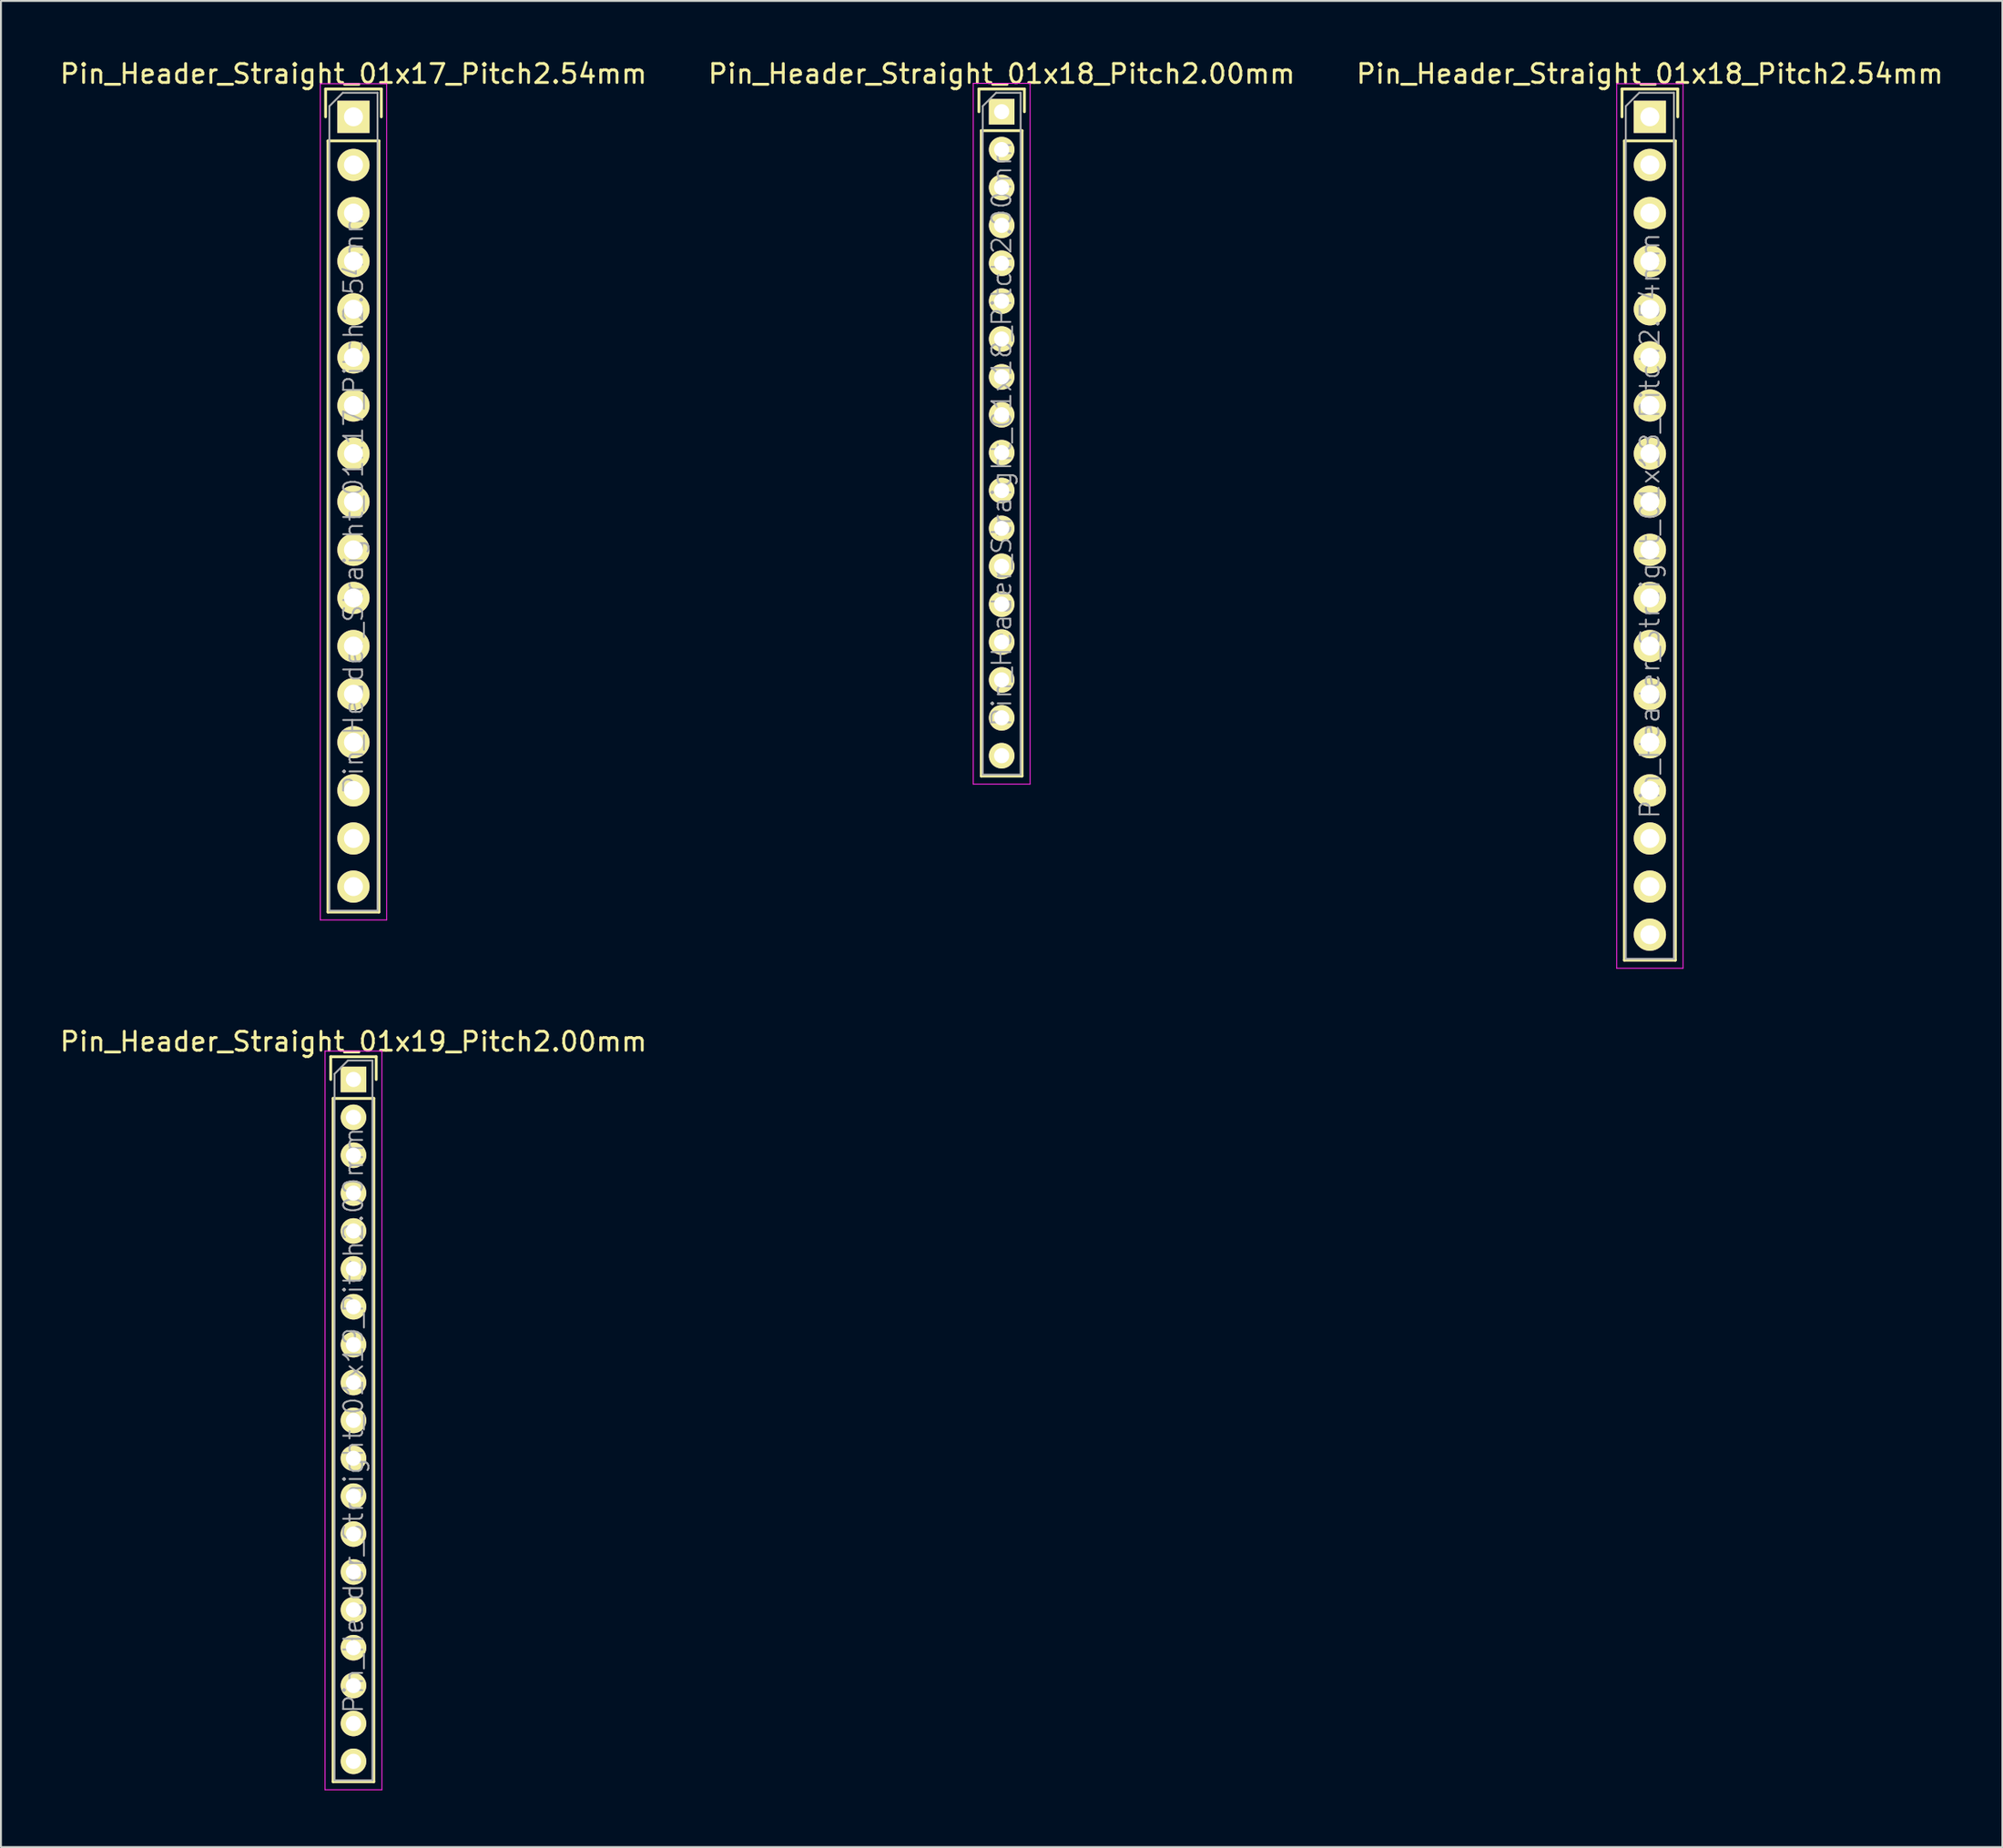
<source format=kicad_pcb>
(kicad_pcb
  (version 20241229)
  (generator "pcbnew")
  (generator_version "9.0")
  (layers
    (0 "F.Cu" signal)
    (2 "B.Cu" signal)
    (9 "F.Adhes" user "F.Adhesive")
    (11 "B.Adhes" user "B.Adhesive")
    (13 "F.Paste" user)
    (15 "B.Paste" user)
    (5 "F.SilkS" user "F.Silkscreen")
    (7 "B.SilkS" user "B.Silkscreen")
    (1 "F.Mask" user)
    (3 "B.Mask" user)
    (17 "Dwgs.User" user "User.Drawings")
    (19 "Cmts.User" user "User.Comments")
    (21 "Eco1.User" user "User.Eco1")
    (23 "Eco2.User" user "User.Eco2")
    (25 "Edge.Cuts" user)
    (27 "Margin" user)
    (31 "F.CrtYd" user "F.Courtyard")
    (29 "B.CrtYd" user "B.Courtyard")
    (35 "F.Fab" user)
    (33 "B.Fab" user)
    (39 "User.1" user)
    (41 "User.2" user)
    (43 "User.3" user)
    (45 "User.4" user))
  (footprint "Pin_Header_Straight_01x17_Pitch2.54mm"
    (layer "F.Cu")
    (at 15.601 3.118)
    (property "Reference" "Pin_Header_Straight_01x17_Pitch2.54mm" (at 0 -2.27 0) (layer "F.SilkS") (effects (font (size 1 1) (thickness 0.15))))
    (attr smd)
    (fp_line (start -1.47 -1.47) (end -1.47 0) (stroke (width 0.15) (type solid)) (layer "F.SilkS"))
    (fp_line (start -1.47 -1.47) (end 1.47 -1.47) (stroke (width 0.15) (type solid)) (layer "F.SilkS"))
    (fp_line (start -1.345 1.27) (end -1.345 41.985) (stroke (width 0.15) (type solid)) (layer "F.SilkS"))
    (fp_line (start -1.345 1.27) (end 1.345 1.27) (stroke (width 0.15) (type solid)) (layer "F.SilkS"))
    (fp_line (start -1.345 41.985) (end 1.345 41.985) (stroke (width 0.15) (type solid)) (layer "F.SilkS"))
    (fp_line (start 1.345 1.27) (end 1.345 41.985) (stroke (width 0.15) (type solid)) (layer "F.SilkS"))
    (fp_line (start 1.47 -1.47) (end 1.47 0) (stroke (width 0.15) (type solid)) (layer "F.SilkS"))
    (fp_line (start -1.75 -1.75) (end -1.75 42.4) (stroke (width 0.05) (type solid)) (layer "F.CrtYd"))
    (fp_line (start 1.75 -1.75) (end -1.75 -1.75) (stroke (width 0.05) (type solid)) (layer "F.CrtYd"))
    (fp_line (start 1.75 -1.75) (end 1.75 42.4) (stroke (width 0.05) (type solid)) (layer "F.CrtYd"))
    (fp_line (start 1.75 42.4) (end -1.75 42.4) (stroke (width 0.05) (type solid)) (layer "F.CrtYd"))
    (fp_line (start -1.27 -0.563) (end -0.563 -1.27) (stroke (width 0.1) (type solid)) (layer "F.Fab"))
    (fp_line (start -1.27 41.91) (end -1.27 -0.563) (stroke (width 0.1) (type solid)) (layer "F.Fab"))
    (fp_line (start 1.27 -1.27) (end -0.563 -1.27) (stroke (width 0.1) (type solid)) (layer "F.Fab"))
    (fp_line (start 1.27 41.91) (end -1.27 41.91) (stroke (width 0.1) (type solid)) (layer "F.Fab"))
    (fp_line (start 1.27 41.91) (end 1.27 -1.27) (stroke (width 0.1) (type solid)) (layer "F.Fab"))
    (fp_text user "${REFERENCE}" (at 0 20.32 90) (layer "F.Fab") (effects (font (size 1 1) (thickness 0.1))))
    (pad "1" thru_hole rect (at 0 0) (size 1.7 1.7) (drill 1) (layers "*.Cu" "*.Mask" "F.SilkS"))
    (pad "2" thru_hole oval (at 0 2.54) (size 1.7 1.7) (drill 1) (layers "*.Cu" "*.Mask" "F.SilkS"))
    (pad "3" thru_hole oval (at 0 5.08) (size 1.7 1.7) (drill 1) (layers "*.Cu" "*.Mask" "F.SilkS"))
    (pad "4" thru_hole oval (at 0 7.62) (size 1.7 1.7) (drill 1) (layers "*.Cu" "*.Mask" "F.SilkS"))
    (pad "5" thru_hole oval (at 0 10.16) (size 1.7 1.7) (drill 1) (layers "*.Cu" "*.Mask" "F.SilkS"))
    (pad "6" thru_hole oval (at 0 12.7) (size 1.7 1.7) (drill 1) (layers "*.Cu" "*.Mask" "F.SilkS"))
    (pad "7" thru_hole oval (at 0 15.24) (size 1.7 1.7) (drill 1) (layers "*.Cu" "*.Mask" "F.SilkS"))
    (pad "8" thru_hole oval (at 0 17.78) (size 1.7 1.7) (drill 1) (layers "*.Cu" "*.Mask" "F.SilkS"))
    (pad "9" thru_hole oval (at 0 20.32) (size 1.7 1.7) (drill 1) (layers "*.Cu" "*.Mask" "F.SilkS"))
    (pad "10" thru_hole oval (at 0 22.86) (size 1.7 1.7) (drill 1) (layers "*.Cu" "*.Mask" "F.SilkS"))
    (pad "11" thru_hole oval (at 0 25.4) (size 1.7 1.7) (drill 1) (layers "*.Cu" "*.Mask" "F.SilkS"))
    (pad "12" thru_hole oval (at 0 27.94) (size 1.7 1.7) (drill 1) (layers "*.Cu" "*.Mask" "F.SilkS"))
    (pad "13" thru_hole oval (at 0 30.48) (size 1.7 1.7) (drill 1) (layers "*.Cu" "*.Mask" "F.SilkS"))
    (pad "14" thru_hole oval (at 0 33.02) (size 1.7 1.7) (drill 1) (layers "*.Cu" "*.Mask" "F.SilkS"))
    (pad "15" thru_hole oval (at 0 35.56) (size 1.7 1.7) (drill 1) (layers "*.Cu" "*.Mask" "F.SilkS"))
    (pad "16" thru_hole oval (at 0 38.1) (size 1.7 1.7) (drill 1) (layers "*.Cu" "*.Mask" "F.SilkS"))
    (pad "17" thru_hole oval (at 0 40.64) (size 1.7 1.7) (drill 1) (layers "*.Cu" "*.Mask" "F.SilkS")))
  (footprint "Pin_Header_Straight_01x18_Pitch2.00mm"
    (layer "F.Cu")
    (at 49.804 2.848)
    (property "Reference" "Pin_Header_Straight_01x18_Pitch2.00mm" (at 0 -2 0) (layer "F.SilkS") (effects (font (size 1 1) (thickness 0.15))))
    (attr smd)
    (fp_line (start -1.2 -1.2) (end -1.2 0) (stroke (width 0.15) (type solid)) (layer "F.SilkS"))
    (fp_line (start -1.2 -1.2) (end 1.2 -1.2) (stroke (width 0.15) (type solid)) (layer "F.SilkS"))
    (fp_line (start -1.075 1) (end -1.075 35.075) (stroke (width 0.15) (type solid)) (layer "F.SilkS"))
    (fp_line (start -1.075 1) (end 1.075 1) (stroke (width 0.15) (type solid)) (layer "F.SilkS"))
    (fp_line (start -1.075 35.075) (end 1.075 35.075) (stroke (width 0.15) (type solid)) (layer "F.SilkS"))
    (fp_line (start 1.075 1) (end 1.075 35.075) (stroke (width 0.15) (type solid)) (layer "F.SilkS"))
    (fp_line (start 1.2 -1.2) (end 1.2 0) (stroke (width 0.15) (type solid)) (layer "F.SilkS"))
    (fp_line (start -1.5 -1.5) (end -1.5 35.5) (stroke (width 0.05) (type solid)) (layer "F.CrtYd"))
    (fp_line (start 1.5 -1.5) (end -1.5 -1.5) (stroke (width 0.05) (type solid)) (layer "F.CrtYd"))
    (fp_line (start 1.5 -1.5) (end 1.5 35.5) (stroke (width 0.05) (type solid)) (layer "F.CrtYd"))
    (fp_line (start 1.5 35.5) (end -1.5 35.5) (stroke (width 0.05) (type solid)) (layer "F.CrtYd"))
    (fp_line (start -1 -0.293) (end -0.293 -1) (stroke (width 0.1) (type solid)) (layer "F.Fab"))
    (fp_line (start -1 35) (end -1 -0.293) (stroke (width 0.1) (type solid)) (layer "F.Fab"))
    (fp_line (start 1 -1) (end -0.293 -1) (stroke (width 0.1) (type solid)) (layer "F.Fab"))
    (fp_line (start 1 35) (end -1 35) (stroke (width 0.1) (type solid)) (layer "F.Fab"))
    (fp_line (start 1 35) (end 1 -1) (stroke (width 0.1) (type solid)) (layer "F.Fab"))
    (fp_text user "${REFERENCE}" (at 0 17 90) (layer "F.Fab") (effects (font (size 1 1) (thickness 0.1))))
    (pad "1" thru_hole rect (at 0 0) (size 1.35 1.35) (drill 0.8) (layers "*.Cu" "*.Mask" "F.SilkS"))
    (pad "2" thru_hole oval (at 0 2) (size 1.35 1.35) (drill 0.8) (layers "*.Cu" "*.Mask" "F.SilkS"))
    (pad "3" thru_hole oval (at 0 4) (size 1.35 1.35) (drill 0.8) (layers "*.Cu" "*.Mask" "F.SilkS"))
    (pad "4" thru_hole oval (at 0 6) (size 1.35 1.35) (drill 0.8) (layers "*.Cu" "*.Mask" "F.SilkS"))
    (pad "5" thru_hole oval (at 0 8) (size 1.35 1.35) (drill 0.8) (layers "*.Cu" "*.Mask" "F.SilkS"))
    (pad "6" thru_hole oval (at 0 10) (size 1.35 1.35) (drill 0.8) (layers "*.Cu" "*.Mask" "F.SilkS"))
    (pad "7" thru_hole oval (at 0 12) (size 1.35 1.35) (drill 0.8) (layers "*.Cu" "*.Mask" "F.SilkS"))
    (pad "8" thru_hole oval (at 0 14) (size 1.35 1.35) (drill 0.8) (layers "*.Cu" "*.Mask" "F.SilkS"))
    (pad "9" thru_hole oval (at 0 16) (size 1.35 1.35) (drill 0.8) (layers "*.Cu" "*.Mask" "F.SilkS"))
    (pad "10" thru_hole oval (at 0 18) (size 1.35 1.35) (drill 0.8) (layers "*.Cu" "*.Mask" "F.SilkS"))
    (pad "11" thru_hole oval (at 0 20) (size 1.35 1.35) (drill 0.8) (layers "*.Cu" "*.Mask" "F.SilkS"))
    (pad "12" thru_hole oval (at 0 22) (size 1.35 1.35) (drill 0.8) (layers "*.Cu" "*.Mask" "F.SilkS"))
    (pad "13" thru_hole oval (at 0 24) (size 1.35 1.35) (drill 0.8) (layers "*.Cu" "*.Mask" "F.SilkS"))
    (pad "14" thru_hole oval (at 0 26) (size 1.35 1.35) (drill 0.8) (layers "*.Cu" "*.Mask" "F.SilkS"))
    (pad "15" thru_hole oval (at 0 28) (size 1.35 1.35) (drill 0.8) (layers "*.Cu" "*.Mask" "F.SilkS"))
    (pad "16" thru_hole oval (at 0 30) (size 1.35 1.35) (drill 0.8) (layers "*.Cu" "*.Mask" "F.SilkS"))
    (pad "17" thru_hole oval (at 0 32) (size 1.35 1.35) (drill 0.8) (layers "*.Cu" "*.Mask" "F.SilkS"))
    (pad "18" thru_hole oval (at 0 34) (size 1.35 1.35) (drill 0.8) (layers "*.Cu" "*.Mask" "F.SilkS")))
  (footprint "Pin_Header_Straight_01x19_Pitch2.00mm"
    (layer "F.Cu")
    (at 15.601 53.941)
    (property "Reference" "Pin_Header_Straight_01x19_Pitch2.00mm" (at 0 -2 0) (layer "F.SilkS") (effects (font (size 1 1) (thickness 0.15))))
    (attr smd)
    (fp_line (start -1.2 -1.2) (end -1.2 0) (stroke (width 0.15) (type solid)) (layer "F.SilkS"))
    (fp_line (start -1.2 -1.2) (end 1.2 -1.2) (stroke (width 0.15) (type solid)) (layer "F.SilkS"))
    (fp_line (start -1.075 1) (end -1.075 37.075) (stroke (width 0.15) (type solid)) (layer "F.SilkS"))
    (fp_line (start -1.075 1) (end 1.075 1) (stroke (width 0.15) (type solid)) (layer "F.SilkS"))
    (fp_line (start -1.075 37.075) (end 1.075 37.075) (stroke (width 0.15) (type solid)) (layer "F.SilkS"))
    (fp_line (start 1.075 1) (end 1.075 37.075) (stroke (width 0.15) (type solid)) (layer "F.SilkS"))
    (fp_line (start 1.2 -1.2) (end 1.2 0) (stroke (width 0.15) (type solid)) (layer "F.SilkS"))
    (fp_line (start -1.5 -1.5) (end -1.5 37.5) (stroke (width 0.05) (type solid)) (layer "F.CrtYd"))
    (fp_line (start 1.5 -1.5) (end -1.5 -1.5) (stroke (width 0.05) (type solid)) (layer "F.CrtYd"))
    (fp_line (start 1.5 -1.5) (end 1.5 37.5) (stroke (width 0.05) (type solid)) (layer "F.CrtYd"))
    (fp_line (start 1.5 37.5) (end -1.5 37.5) (stroke (width 0.05) (type solid)) (layer "F.CrtYd"))
    (fp_line (start -1 -0.293) (end -0.293 -1) (stroke (width 0.1) (type solid)) (layer "F.Fab"))
    (fp_line (start -1 37) (end -1 -0.293) (stroke (width 0.1) (type solid)) (layer "F.Fab"))
    (fp_line (start 1 -1) (end -0.293 -1) (stroke (width 0.1) (type solid)) (layer "F.Fab"))
    (fp_line (start 1 37) (end -1 37) (stroke (width 0.1) (type solid)) (layer "F.Fab"))
    (fp_line (start 1 37) (end 1 -1) (stroke (width 0.1) (type solid)) (layer "F.Fab"))
    (fp_text user "${REFERENCE}" (at 0 18 90) (layer "F.Fab") (effects (font (size 1 1) (thickness 0.1))))
    (pad "1" thru_hole rect (at 0 0) (size 1.35 1.35) (drill 0.8) (layers "*.Cu" "*.Mask" "F.SilkS"))
    (pad "2" thru_hole oval (at 0 2) (size 1.35 1.35) (drill 0.8) (layers "*.Cu" "*.Mask" "F.SilkS"))
    (pad "3" thru_hole oval (at 0 4) (size 1.35 1.35) (drill 0.8) (layers "*.Cu" "*.Mask" "F.SilkS"))
    (pad "4" thru_hole oval (at 0 6) (size 1.35 1.35) (drill 0.8) (layers "*.Cu" "*.Mask" "F.SilkS"))
    (pad "5" thru_hole oval (at 0 8) (size 1.35 1.35) (drill 0.8) (layers "*.Cu" "*.Mask" "F.SilkS"))
    (pad "6" thru_hole oval (at 0 10) (size 1.35 1.35) (drill 0.8) (layers "*.Cu" "*.Mask" "F.SilkS"))
    (pad "7" thru_hole oval (at 0 12) (size 1.35 1.35) (drill 0.8) (layers "*.Cu" "*.Mask" "F.SilkS"))
    (pad "8" thru_hole oval (at 0 14) (size 1.35 1.35) (drill 0.8) (layers "*.Cu" "*.Mask" "F.SilkS"))
    (pad "9" thru_hole oval (at 0 16) (size 1.35 1.35) (drill 0.8) (layers "*.Cu" "*.Mask" "F.SilkS"))
    (pad "10" thru_hole oval (at 0 18) (size 1.35 1.35) (drill 0.8) (layers "*.Cu" "*.Mask" "F.SilkS"))
    (pad "11" thru_hole oval (at 0 20) (size 1.35 1.35) (drill 0.8) (layers "*.Cu" "*.Mask" "F.SilkS"))
    (pad "12" thru_hole oval (at 0 22) (size 1.35 1.35) (drill 0.8) (layers "*.Cu" "*.Mask" "F.SilkS"))
    (pad "13" thru_hole oval (at 0 24) (size 1.35 1.35) (drill 0.8) (layers "*.Cu" "*.Mask" "F.SilkS"))
    (pad "14" thru_hole oval (at 0 26) (size 1.35 1.35) (drill 0.8) (layers "*.Cu" "*.Mask" "F.SilkS"))
    (pad "15" thru_hole oval (at 0 28) (size 1.35 1.35) (drill 0.8) (layers "*.Cu" "*.Mask" "F.SilkS"))
    (pad "16" thru_hole oval (at 0 30) (size 1.35 1.35) (drill 0.8) (layers "*.Cu" "*.Mask" "F.SilkS"))
    (pad "17" thru_hole oval (at 0 32) (size 1.35 1.35) (drill 0.8) (layers "*.Cu" "*.Mask" "F.SilkS"))
    (pad "18" thru_hole oval (at 0 34) (size 1.35 1.35) (drill 0.8) (layers "*.Cu" "*.Mask" "F.SilkS"))
    (pad "19" thru_hole oval (at 0 36) (size 1.35 1.35) (drill 0.8) (layers "*.Cu" "*.Mask" "F.SilkS")))
  (footprint "Pin_Header_Straight_01x18_Pitch2.54mm"
    (layer "F.Cu")
    (at 84.006 3.118)
    (property "Reference" "Pin_Header_Straight_01x18_Pitch2.54mm" (at 0 -2.27 0) (layer "F.SilkS") (effects (font (size 1 1) (thickness 0.15))))
    (attr smd)
    (fp_line (start -1.47 -1.47) (end -1.47 0) (stroke (width 0.15) (type solid)) (layer "F.SilkS"))
    (fp_line (start -1.47 -1.47) (end 1.47 -1.47) (stroke (width 0.15) (type solid)) (layer "F.SilkS"))
    (fp_line (start -1.345 1.27) (end -1.345 44.525) (stroke (width 0.15) (type solid)) (layer "F.SilkS"))
    (fp_line (start -1.345 1.27) (end 1.345 1.27) (stroke (width 0.15) (type solid)) (layer "F.SilkS"))
    (fp_line (start -1.345 44.525) (end 1.345 44.525) (stroke (width 0.15) (type solid)) (layer "F.SilkS"))
    (fp_line (start 1.345 1.27) (end 1.345 44.525) (stroke (width 0.15) (type solid)) (layer "F.SilkS"))
    (fp_line (start 1.47 -1.47) (end 1.47 0) (stroke (width 0.15) (type solid)) (layer "F.SilkS"))
    (fp_line (start -1.75 -1.75) (end -1.75 44.95) (stroke (width 0.05) (type solid)) (layer "F.CrtYd"))
    (fp_line (start 1.75 -1.75) (end -1.75 -1.75) (stroke (width 0.05) (type solid)) (layer "F.CrtYd"))
    (fp_line (start 1.75 -1.75) (end 1.75 44.95) (stroke (width 0.05) (type solid)) (layer "F.CrtYd"))
    (fp_line (start 1.75 44.95) (end -1.75 44.95) (stroke (width 0.05) (type solid)) (layer "F.CrtYd"))
    (fp_line (start -1.27 -0.563) (end -0.563 -1.27) (stroke (width 0.1) (type solid)) (layer "F.Fab"))
    (fp_line (start -1.27 44.45) (end -1.27 -0.563) (stroke (width 0.1) (type solid)) (layer "F.Fab"))
    (fp_line (start 1.27 -1.27) (end -0.563 -1.27) (stroke (width 0.1) (type solid)) (layer "F.Fab"))
    (fp_line (start 1.27 44.45) (end -1.27 44.45) (stroke (width 0.1) (type solid)) (layer "F.Fab"))
    (fp_line (start 1.27 44.45) (end 1.27 -1.27) (stroke (width 0.1) (type solid)) (layer "F.Fab"))
    (fp_text user "${REFERENCE}" (at 0 21.59 90) (layer "F.Fab") (effects (font (size 1 1) (thickness 0.1))))
    (pad "1" thru_hole rect (at 0 0) (size 1.7 1.7) (drill 1) (layers "*.Cu" "*.Mask" "F.SilkS"))
    (pad "2" thru_hole oval (at 0 2.54) (size 1.7 1.7) (drill 1) (layers "*.Cu" "*.Mask" "F.SilkS"))
    (pad "3" thru_hole oval (at 0 5.08) (size 1.7 1.7) (drill 1) (layers "*.Cu" "*.Mask" "F.SilkS"))
    (pad "4" thru_hole oval (at 0 7.62) (size 1.7 1.7) (drill 1) (layers "*.Cu" "*.Mask" "F.SilkS"))
    (pad "5" thru_hole oval (at 0 10.16) (size 1.7 1.7) (drill 1) (layers "*.Cu" "*.Mask" "F.SilkS"))
    (pad "6" thru_hole oval (at 0 12.7) (size 1.7 1.7) (drill 1) (layers "*.Cu" "*.Mask" "F.SilkS"))
    (pad "7" thru_hole oval (at 0 15.24) (size 1.7 1.7) (drill 1) (layers "*.Cu" "*.Mask" "F.SilkS"))
    (pad "8" thru_hole oval (at 0 17.78) (size 1.7 1.7) (drill 1) (layers "*.Cu" "*.Mask" "F.SilkS"))
    (pad "9" thru_hole oval (at 0 20.32) (size 1.7 1.7) (drill 1) (layers "*.Cu" "*.Mask" "F.SilkS"))
    (pad "10" thru_hole oval (at 0 22.86) (size 1.7 1.7) (drill 1) (layers "*.Cu" "*.Mask" "F.SilkS"))
    (pad "11" thru_hole oval (at 0 25.4) (size 1.7 1.7) (drill 1) (layers "*.Cu" "*.Mask" "F.SilkS"))
    (pad "12" thru_hole oval (at 0 27.94) (size 1.7 1.7) (drill 1) (layers "*.Cu" "*.Mask" "F.SilkS"))
    (pad "13" thru_hole oval (at 0 30.48) (size 1.7 1.7) (drill 1) (layers "*.Cu" "*.Mask" "F.SilkS"))
    (pad "14" thru_hole oval (at 0 33.02) (size 1.7 1.7) (drill 1) (layers "*.Cu" "*.Mask" "F.SilkS"))
    (pad "15" thru_hole oval (at 0 35.56) (size 1.7 1.7) (drill 1) (layers "*.Cu" "*.Mask" "F.SilkS"))
    (pad "16" thru_hole oval (at 0 38.1) (size 1.7 1.7) (drill 1) (layers "*.Cu" "*.Mask" "F.SilkS"))
    (pad "17" thru_hole oval (at 0 40.64) (size 1.7 1.7) (drill 1) (layers "*.Cu" "*.Mask" "F.SilkS"))
    (pad "18" thru_hole oval (at 0 43.18) (size 1.7 1.7) (drill 1) (layers "*.Cu" "*.Mask" "F.SilkS")))
  (gr_rect
    (start -3 -3)
    (end 102.607 94.466)
    (stroke (width 0.1) (type default))
    (fill no)
    (layer "Edge.Cuts")))
</source>
